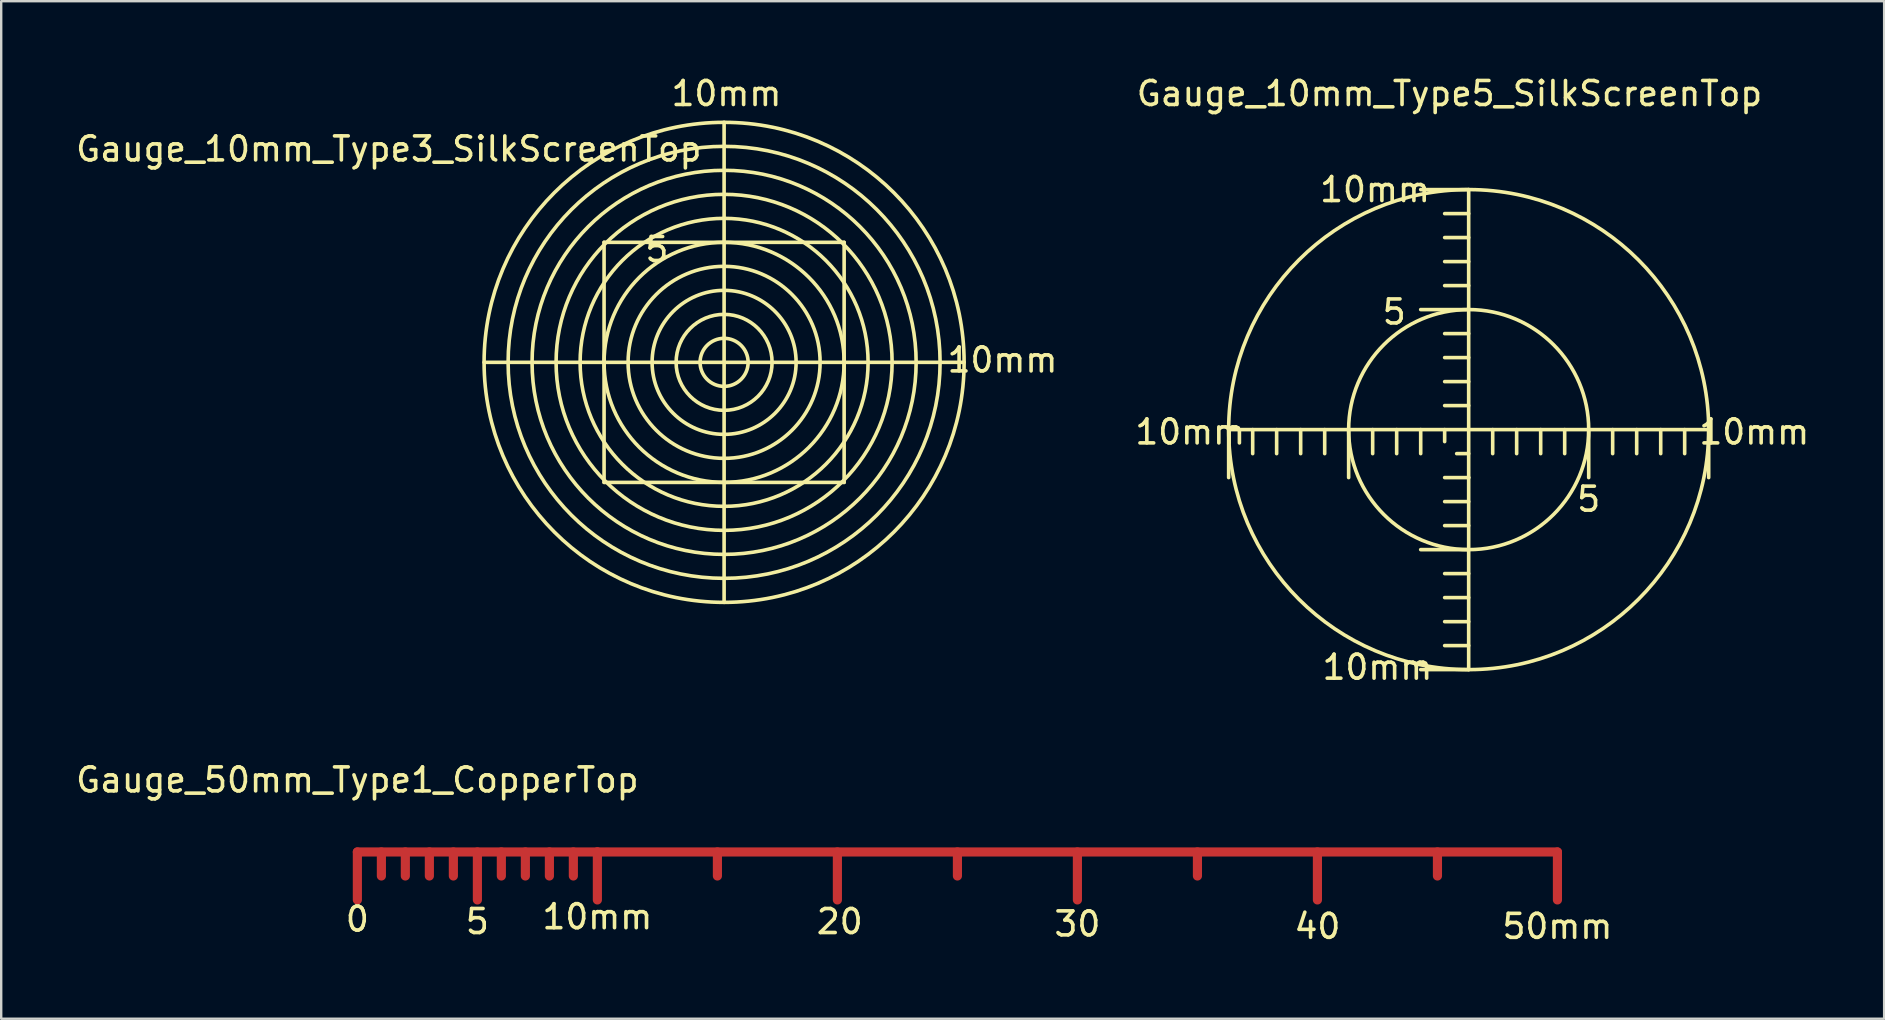
<source format=kicad_pcb>
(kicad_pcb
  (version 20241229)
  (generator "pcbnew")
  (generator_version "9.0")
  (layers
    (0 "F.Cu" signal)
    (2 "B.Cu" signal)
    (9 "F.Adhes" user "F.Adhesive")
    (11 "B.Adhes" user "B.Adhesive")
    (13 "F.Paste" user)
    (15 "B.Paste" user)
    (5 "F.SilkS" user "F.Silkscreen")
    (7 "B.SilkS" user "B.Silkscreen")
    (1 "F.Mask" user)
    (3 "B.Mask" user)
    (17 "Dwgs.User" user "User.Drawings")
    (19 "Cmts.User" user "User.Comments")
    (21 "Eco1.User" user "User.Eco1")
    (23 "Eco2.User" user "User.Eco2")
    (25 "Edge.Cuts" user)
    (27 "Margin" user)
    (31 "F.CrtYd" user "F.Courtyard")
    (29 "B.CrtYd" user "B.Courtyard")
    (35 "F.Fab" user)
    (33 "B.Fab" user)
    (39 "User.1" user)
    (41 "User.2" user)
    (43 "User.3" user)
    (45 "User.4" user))
  (footprint "Gauge_10mm_Type3_SilkScreenTop"
    (layer "F.Cu")
    (at 27.119 12.047)
    (property "Reference" "Gauge_10mm_Type3_SilkScreenTop" (at -13.97 -8.89 0) (layer "F.SilkS") (effects (font (size 1 1) (thickness 0.15))))
    (attr through_hole)
    (fp_line (start -5.001 -5.001) (end -5.001 0) (stroke (width 0.15) (type solid)) (layer "F.SilkS"))
    (fp_line (start -5.001 5.001) (end -5.001 0) (stroke (width 0.15) (type solid)) (layer "F.SilkS"))
    (fp_line (start -1.999 0) (end -10 0) (stroke (width 0.15) (type solid)) (layer "F.SilkS"))
    (fp_line (start 0 -5.001) (end -5.001 -5.001) (stroke (width 0.15) (type solid)) (layer "F.SilkS"))
    (fp_line (start 0 -5.001) (end 5.001 -5.001) (stroke (width 0.15) (type solid)) (layer "F.SilkS"))
    (fp_line (start 0 0) (end -1.999 0) (stroke (width 0.15) (type solid)) (layer "F.SilkS"))
    (fp_line (start 0 0) (end 0 -10) (stroke (width 0.15) (type solid)) (layer "F.SilkS"))
    (fp_line (start 0 0) (end 0 1.999) (stroke (width 0.15) (type solid)) (layer "F.SilkS"))
    (fp_line (start 0 0) (end 10 0) (stroke (width 0.15) (type solid)) (layer "F.SilkS"))
    (fp_line (start 0 1.999) (end 0 10) (stroke (width 0.15) (type solid)) (layer "F.SilkS"))
    (fp_line (start 0 5.001) (end -5.001 5.001) (stroke (width 0.15) (type solid)) (layer "F.SilkS"))
    (fp_line (start 5.001 -5.001) (end 5.001 0) (stroke (width 0.15) (type solid)) (layer "F.SilkS"))
    (fp_line (start 5.001 0) (end 5.001 5.001) (stroke (width 0.15) (type solid)) (layer "F.SilkS"))
    (fp_line (start 5.001 5.001) (end 0 5.001) (stroke (width 0.15) (type solid)) (layer "F.SilkS"))
    (fp_circle (center 0 0) (end 0 -8.999) (stroke (width 0.15) (type solid)) (fill no) (layer "F.SilkS"))
    (fp_circle (center 0 0) (end 0 -8.001) (stroke (width 0.15) (type solid)) (fill no) (layer "F.SilkS"))
    (fp_circle (center 0 0) (end 0 -7) (stroke (width 0.15) (type solid)) (fill no) (layer "F.SilkS"))
    (fp_circle (center 0 0) (end 0 -5.999) (stroke (width 0.15) (type solid)) (fill no) (layer "F.SilkS"))
    (fp_circle (center 0 0) (end 0 -4) (stroke (width 0.15) (type solid)) (fill no) (layer "F.SilkS"))
    (fp_circle (center 0 0) (end 0 -3) (stroke (width 0.15) (type solid)) (fill no) (layer "F.SilkS"))
    (fp_circle (center 0 0) (end 0 -1.999) (stroke (width 0.15) (type solid)) (fill no) (layer "F.SilkS"))
    (fp_circle (center 0 0) (end 0 -1.001) (stroke (width 0.15) (type solid)) (fill no) (layer "F.SilkS"))
    (fp_circle (center 0 0) (end 5.001 0) (stroke (width 0.15) (type solid)) (fill no) (layer "F.SilkS"))
    (fp_circle (center 0 0) (end 10 0) (stroke (width 0.15) (type solid)) (fill no) (layer "F.SilkS"))
    (fp_text user "5" (at -2.799 -4.699 0) (layer "F.SilkS") (effects (font (size 1 1) (thickness 0.15))))
    (fp_text user "10mm" (at 11.6 -0.099 0) (layer "F.SilkS") (effects (font (size 1 1) (thickness 0.15))))
    (fp_text user "10mm" (at 0.099 -11.199 0) (layer "F.SilkS") (effects (font (size 1 1) (thickness 0.15)))))
  (footprint "Gauge_50mm_Type1_CopperTop"
    (layer "F.Cu")
    (at 11.839 32.446)
    (property "Reference" "Gauge_50mm_Type1_CopperTop" (at 0 -3 0) (layer "F.SilkS") (effects (font (size 1 1) (thickness 0.15))))
    (attr through_hole)
    (fp_line (start 0 0) (end 0 1.999) (stroke (width 0.381) (type solid)) (layer "F.Cu"))
    (fp_line (start 0 0) (end 10 0) (stroke (width 0.381) (type solid)) (layer "F.Cu"))
    (fp_line (start 1.001 0) (end 1.001 1.001) (stroke (width 0.381) (type solid)) (layer "F.Cu"))
    (fp_line (start 1.999 0) (end 1.999 1.001) (stroke (width 0.381) (type solid)) (layer "F.Cu"))
    (fp_line (start 3 0) (end 3 1.001) (stroke (width 0.381) (type solid)) (layer "F.Cu"))
    (fp_line (start 4 0) (end 4 1.001) (stroke (width 0.381) (type solid)) (layer "F.Cu"))
    (fp_line (start 5.001 0) (end 5.001 1.999) (stroke (width 0.381) (type solid)) (layer "F.Cu"))
    (fp_line (start 5.999 0) (end 5.999 1.001) (stroke (width 0.381) (type solid)) (layer "F.Cu"))
    (fp_line (start 7 0) (end 7 1.001) (stroke (width 0.381) (type solid)) (layer "F.Cu"))
    (fp_line (start 8.001 0) (end 8.001 1.001) (stroke (width 0.381) (type solid)) (layer "F.Cu"))
    (fp_line (start 8.999 0) (end 8.999 1.001) (stroke (width 0.381) (type solid)) (layer "F.Cu"))
    (fp_line (start 10 0) (end 10 1.999) (stroke (width 0.381) (type solid)) (layer "F.Cu"))
    (fp_line (start 10 0) (end 50 0) (stroke (width 0.381) (type solid)) (layer "F.Cu"))
    (fp_line (start 15.001 0) (end 15.001 1.001) (stroke (width 0.381) (type solid)) (layer "F.Cu"))
    (fp_line (start 20 0) (end 20 1.999) (stroke (width 0.381) (type solid)) (layer "F.Cu"))
    (fp_line (start 25.001 0) (end 25.001 1.001) (stroke (width 0.381) (type solid)) (layer "F.Cu"))
    (fp_line (start 30 0) (end 30 1.999) (stroke (width 0.381) (type solid)) (layer "F.Cu"))
    (fp_line (start 35.001 0) (end 35.001 1.001) (stroke (width 0.381) (type solid)) (layer "F.Cu"))
    (fp_line (start 40 0) (end 40 1.999) (stroke (width 0.381) (type solid)) (layer "F.Cu"))
    (fp_line (start 45.001 0) (end 45.001 1.001) (stroke (width 0.381) (type solid)) (layer "F.Cu"))
    (fp_line (start 50 0) (end 50 1.999) (stroke (width 0.381) (type solid)) (layer "F.Cu"))
    (fp_text user "20" (at 20.099 2.901 0) (layer "F.SilkS") (effects (font (size 1 1) (thickness 0.15))))
    (fp_text user "40" (at 40 3.101 0) (layer "F.SilkS") (effects (font (size 1 1) (thickness 0.15))))
    (fp_text user "0" (at 0 2.799 0) (layer "F.SilkS") (effects (font (size 1 1) (thickness 0.15))))
    (fp_text user "50mm" (at 50 3.101 0) (layer "F.SilkS") (effects (font (size 1 1) (thickness 0.15))))
    (fp_text user "30" (at 30 3 0) (layer "F.SilkS") (effects (font (size 1 1) (thickness 0.15))))
    (fp_text user "10mm" (at 10 2.7 0) (layer "F.SilkS") (effects (font (size 1 1) (thickness 0.15))))
    (fp_text user "5" (at 4.999 2.901 0) (layer "F.SilkS") (effects (font (size 1 1) (thickness 0.15)))))
  (footprint "Gauge_10mm_Type5_SilkScreenTop"
    (layer "F.Cu")
    (at 58.141 14.849)
    (property "Reference" "Gauge_10mm_Type5_SilkScreenTop" (at -0.8 -14 0) (layer "F.SilkS") (effects (font (size 1 1) (thickness 0.15))))
    (attr through_hole)
    (fp_line (start -10 0) (end -10 1.999) (stroke (width 0.15) (type solid)) (layer "F.SilkS"))
    (fp_line (start -8.999 0) (end -8.999 1.001) (stroke (width 0.15) (type solid)) (layer "F.SilkS"))
    (fp_line (start -8.001 0) (end -8.001 1.001) (stroke (width 0.15) (type solid)) (layer "F.SilkS"))
    (fp_line (start -7 0) (end -7 1.001) (stroke (width 0.15) (type solid)) (layer "F.SilkS"))
    (fp_line (start -5.999 0) (end -5.999 1.001) (stroke (width 0.15) (type solid)) (layer "F.SilkS"))
    (fp_line (start -5.001 0) (end -5.001 1.999) (stroke (width 0.15) (type solid)) (layer "F.SilkS"))
    (fp_line (start -4 0) (end -4 1.001) (stroke (width 0.15) (type solid)) (layer "F.SilkS"))
    (fp_line (start -3 0) (end -3 1.001) (stroke (width 0.15) (type solid)) (layer "F.SilkS"))
    (fp_line (start -1.999 0) (end -1.999 1.001) (stroke (width 0.15) (type solid)) (layer "F.SilkS"))
    (fp_line (start -1.001 0) (end -1.001 0.5) (stroke (width 0.15) (type solid)) (layer "F.SilkS"))
    (fp_line (start 0 -10) (end -1.999 -10) (stroke (width 0.15) (type solid)) (layer "F.SilkS"))
    (fp_line (start 0 -8.999) (end -1.001 -8.999) (stroke (width 0.15) (type solid)) (layer "F.SilkS"))
    (fp_line (start 0 -8.001) (end -1.001 -8.001) (stroke (width 0.15) (type solid)) (layer "F.SilkS"))
    (fp_line (start 0 -7) (end -1.001 -7) (stroke (width 0.15) (type solid)) (layer "F.SilkS"))
    (fp_line (start 0 -5.999) (end -1.001 -5.999) (stroke (width 0.15) (type solid)) (layer "F.SilkS"))
    (fp_line (start 0 -5.001) (end -1.999 -5.001) (stroke (width 0.15) (type solid)) (layer "F.SilkS"))
    (fp_line (start 0 -4) (end -1.001 -4) (stroke (width 0.15) (type solid)) (layer "F.SilkS"))
    (fp_line (start 0 -3) (end -1.001 -3) (stroke (width 0.15) (type solid)) (layer "F.SilkS"))
    (fp_line (start 0 -1.999) (end -1.001 -1.999) (stroke (width 0.15) (type solid)) (layer "F.SilkS"))
    (fp_line (start 0 -1.001) (end -1.001 -1.001) (stroke (width 0.15) (type solid)) (layer "F.SilkS"))
    (fp_line (start 0 0) (end -10 0) (stroke (width 0.15) (type solid)) (layer "F.SilkS"))
    (fp_line (start 0 0) (end 0 -10) (stroke (width 0.15) (type solid)) (layer "F.SilkS"))
    (fp_line (start 0 0) (end 0 1.999) (stroke (width 0.15) (type solid)) (layer "F.SilkS"))
    (fp_line (start 0 0) (end 10 0) (stroke (width 0.15) (type solid)) (layer "F.SilkS"))
    (fp_line (start 0 1.001) (end -0.5 1.001) (stroke (width 0.15) (type solid)) (layer "F.SilkS"))
    (fp_line (start 0 1.999) (end -1.001 1.999) (stroke (width 0.15) (type solid)) (layer "F.SilkS"))
    (fp_line (start 0 1.999) (end 0 10) (stroke (width 0.15) (type solid)) (layer "F.SilkS"))
    (fp_line (start 0 3) (end -1.001 3) (stroke (width 0.15) (type solid)) (layer "F.SilkS"))
    (fp_line (start 0 4) (end -1.001 4) (stroke (width 0.15) (type solid)) (layer "F.SilkS"))
    (fp_line (start 0 5.001) (end -1.999 5.001) (stroke (width 0.15) (type solid)) (layer "F.SilkS"))
    (fp_line (start 0 5.999) (end -1.001 5.999) (stroke (width 0.15) (type solid)) (layer "F.SilkS"))
    (fp_line (start 0 7) (end -1.001 7) (stroke (width 0.15) (type solid)) (layer "F.SilkS"))
    (fp_line (start 0 8.001) (end -1.001 8.001) (stroke (width 0.15) (type solid)) (layer "F.SilkS"))
    (fp_line (start 0 8.999) (end -1.001 8.999) (stroke (width 0.15) (type solid)) (layer "F.SilkS"))
    (fp_line (start 0 10) (end -1.999 10) (stroke (width 0.15) (type solid)) (layer "F.SilkS"))
    (fp_line (start 1.001 0) (end 1.001 1.001) (stroke (width 0.15) (type solid)) (layer "F.SilkS"))
    (fp_line (start 1.999 0) (end 1.999 1.001) (stroke (width 0.15) (type solid)) (layer "F.SilkS"))
    (fp_line (start 3 0) (end 3 1.001) (stroke (width 0.15) (type solid)) (layer "F.SilkS"))
    (fp_line (start 4 0) (end 4 1.001) (stroke (width 0.15) (type solid)) (layer "F.SilkS"))
    (fp_line (start 5.001 0) (end 5.001 1.999) (stroke (width 0.15) (type solid)) (layer "F.SilkS"))
    (fp_line (start 5.999 0) (end 5.999 1.001) (stroke (width 0.15) (type solid)) (layer "F.SilkS"))
    (fp_line (start 7 0) (end 7 1.001) (stroke (width 0.15) (type solid)) (layer "F.SilkS"))
    (fp_line (start 8.001 0) (end 8.001 1.001) (stroke (width 0.15) (type solid)) (layer "F.SilkS"))
    (fp_line (start 8.999 0) (end 8.999 1.001) (stroke (width 0.15) (type solid)) (layer "F.SilkS"))
    (fp_line (start 10 0) (end 10 1.999) (stroke (width 0.15) (type solid)) (layer "F.SilkS"))
    (fp_circle (center 0 0) (end 5.001 0) (stroke (width 0.15) (type solid)) (fill no) (layer "F.SilkS"))
    (fp_circle (center 0 0) (end 10 0) (stroke (width 0.15) (type solid)) (fill no) (layer "F.SilkS"))
    (fp_text user "10mm" (at 11.9 0.099 0) (layer "F.SilkS") (effects (font (size 1 1) (thickness 0.15))))
    (fp_text user "5" (at -3.101 -4.9 0) (layer "F.SilkS") (effects (font (size 1 1) (thickness 0.15))))
    (fp_text user "10mm" (at -3.8 9.901 0) (layer "F.SilkS") (effects (font (size 1 1) (thickness 0.15))))
    (fp_text user "5" (at 4.999 2.901 0) (layer "F.SilkS") (effects (font (size 1 1) (thickness 0.15))))
    (fp_text user "10mm" (at -11.6 0.099 0) (layer "F.SilkS") (effects (font (size 1 1) (thickness 0.15))))
    (fp_text user "10mm" (at -3.901 -10 0) (layer "F.SilkS") (effects (font (size 1 1) (thickness 0.15)))))
  (gr_rect
    (start -3 -3)
    (end 75.451 39.395)
    (stroke (width 0.1) (type default))
    (fill no)
    (layer "Edge.Cuts")))
</source>
